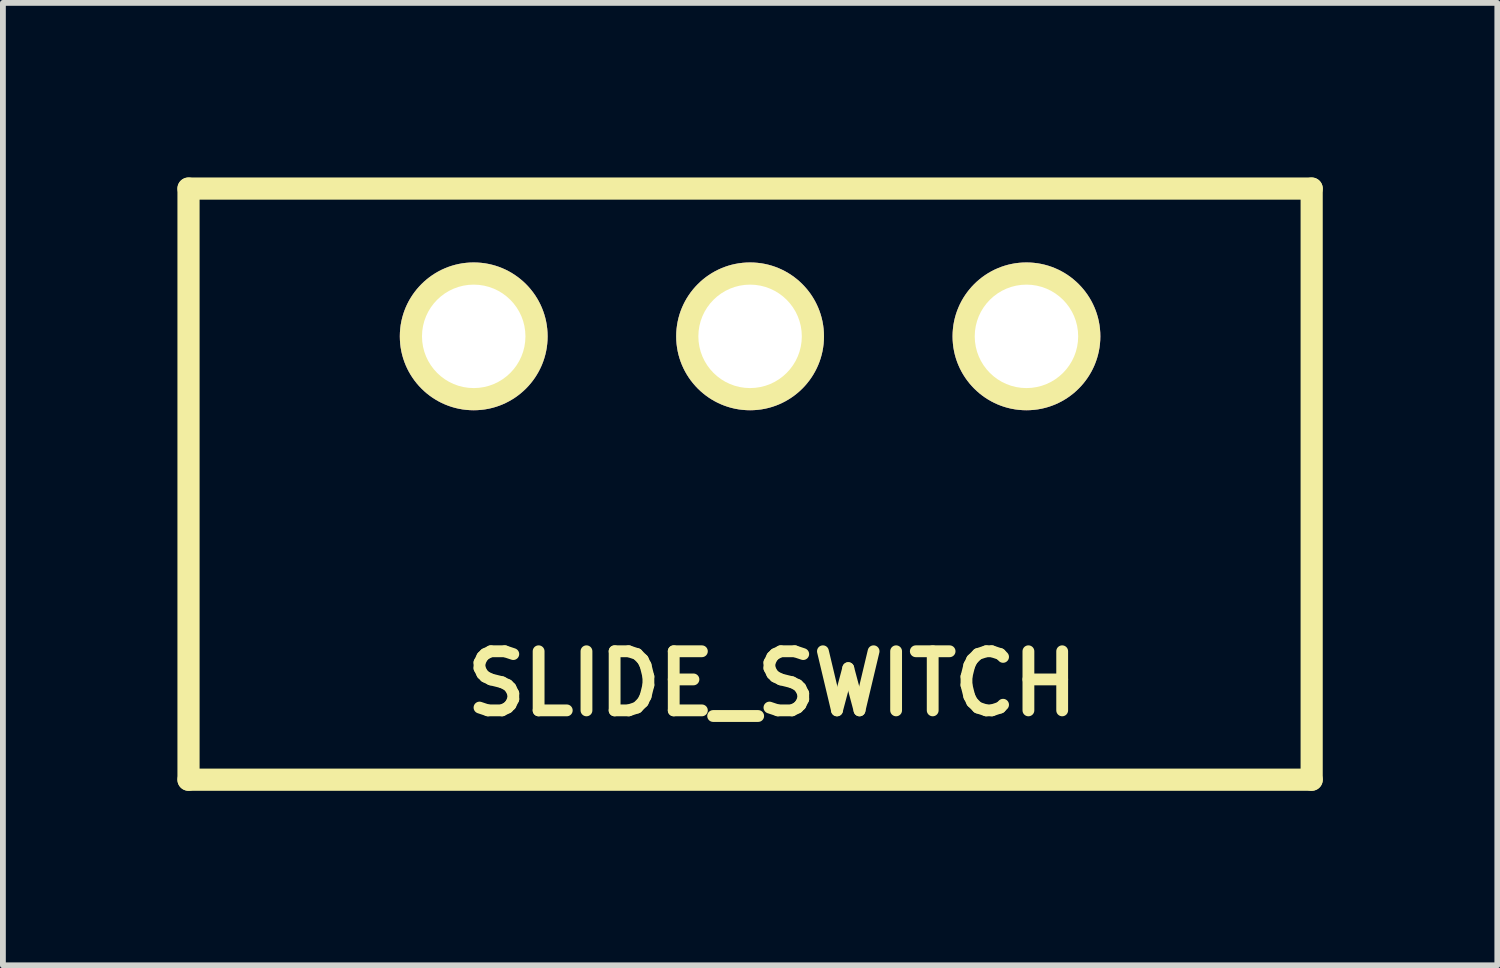
<source format=kicad_pcb>
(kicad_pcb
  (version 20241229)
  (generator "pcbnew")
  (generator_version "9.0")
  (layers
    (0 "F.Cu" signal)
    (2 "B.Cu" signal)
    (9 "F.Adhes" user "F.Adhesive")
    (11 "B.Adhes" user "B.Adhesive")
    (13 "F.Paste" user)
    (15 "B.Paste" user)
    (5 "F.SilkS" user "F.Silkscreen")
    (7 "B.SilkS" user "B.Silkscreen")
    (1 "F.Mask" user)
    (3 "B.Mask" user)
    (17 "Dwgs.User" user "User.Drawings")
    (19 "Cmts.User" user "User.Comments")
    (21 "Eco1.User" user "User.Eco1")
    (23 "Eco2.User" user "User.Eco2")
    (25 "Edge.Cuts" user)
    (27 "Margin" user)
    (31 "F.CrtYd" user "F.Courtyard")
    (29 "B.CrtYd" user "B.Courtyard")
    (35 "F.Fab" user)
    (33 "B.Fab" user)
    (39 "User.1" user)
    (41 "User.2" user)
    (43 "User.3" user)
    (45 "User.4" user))
  (footprint "SLIDE_SWITCH"
    (layer "F.Cu")
    (at 9.842 5.271)
    (property "Reference" "SLIDE_SWITCH" (at 0.381 3.429 0) (layer "F.SilkS") (effects (font (size 1.016 1.016) (thickness 0.203))))
    (attr through_hole)
    (fp_line (start -9.652 -5.08) (end 9.652 -5.08) (stroke (width 0.381) (type solid)) (layer "F.SilkS"))
    (fp_line (start -9.652 5.08) (end -9.652 -5.08) (stroke (width 0.381) (type solid)) (layer "F.SilkS"))
    (fp_line (start 9.652 -5.08) (end 9.652 5.08) (stroke (width 0.381) (type solid)) (layer "F.SilkS"))
    (fp_line (start 9.652 5.08) (end -9.652 5.08) (stroke (width 0.381) (type solid)) (layer "F.SilkS"))
    (pad "1" thru_hole circle (at -4.75 -2.54) (size 2.54 2.54) (drill 1.778) (layers "*.Cu" "*.Mask" "F.SilkS"))
    (pad "2" thru_hole circle (at 0 -2.54) (size 2.54 2.54) (drill 1.778) (layers "*.Cu" "*.Mask" "F.SilkS"))
    (pad "3" thru_hole circle (at 4.75 -2.54) (size 2.54 2.54) (drill 1.778) (layers "*.Cu" "*.Mask" "F.SilkS")))
  (gr_rect
    (start -3 -3)
    (end 22.685 13.541)
    (stroke (width 0.1) (type default))
    (fill no)
    (layer "Edge.Cuts")))
</source>
